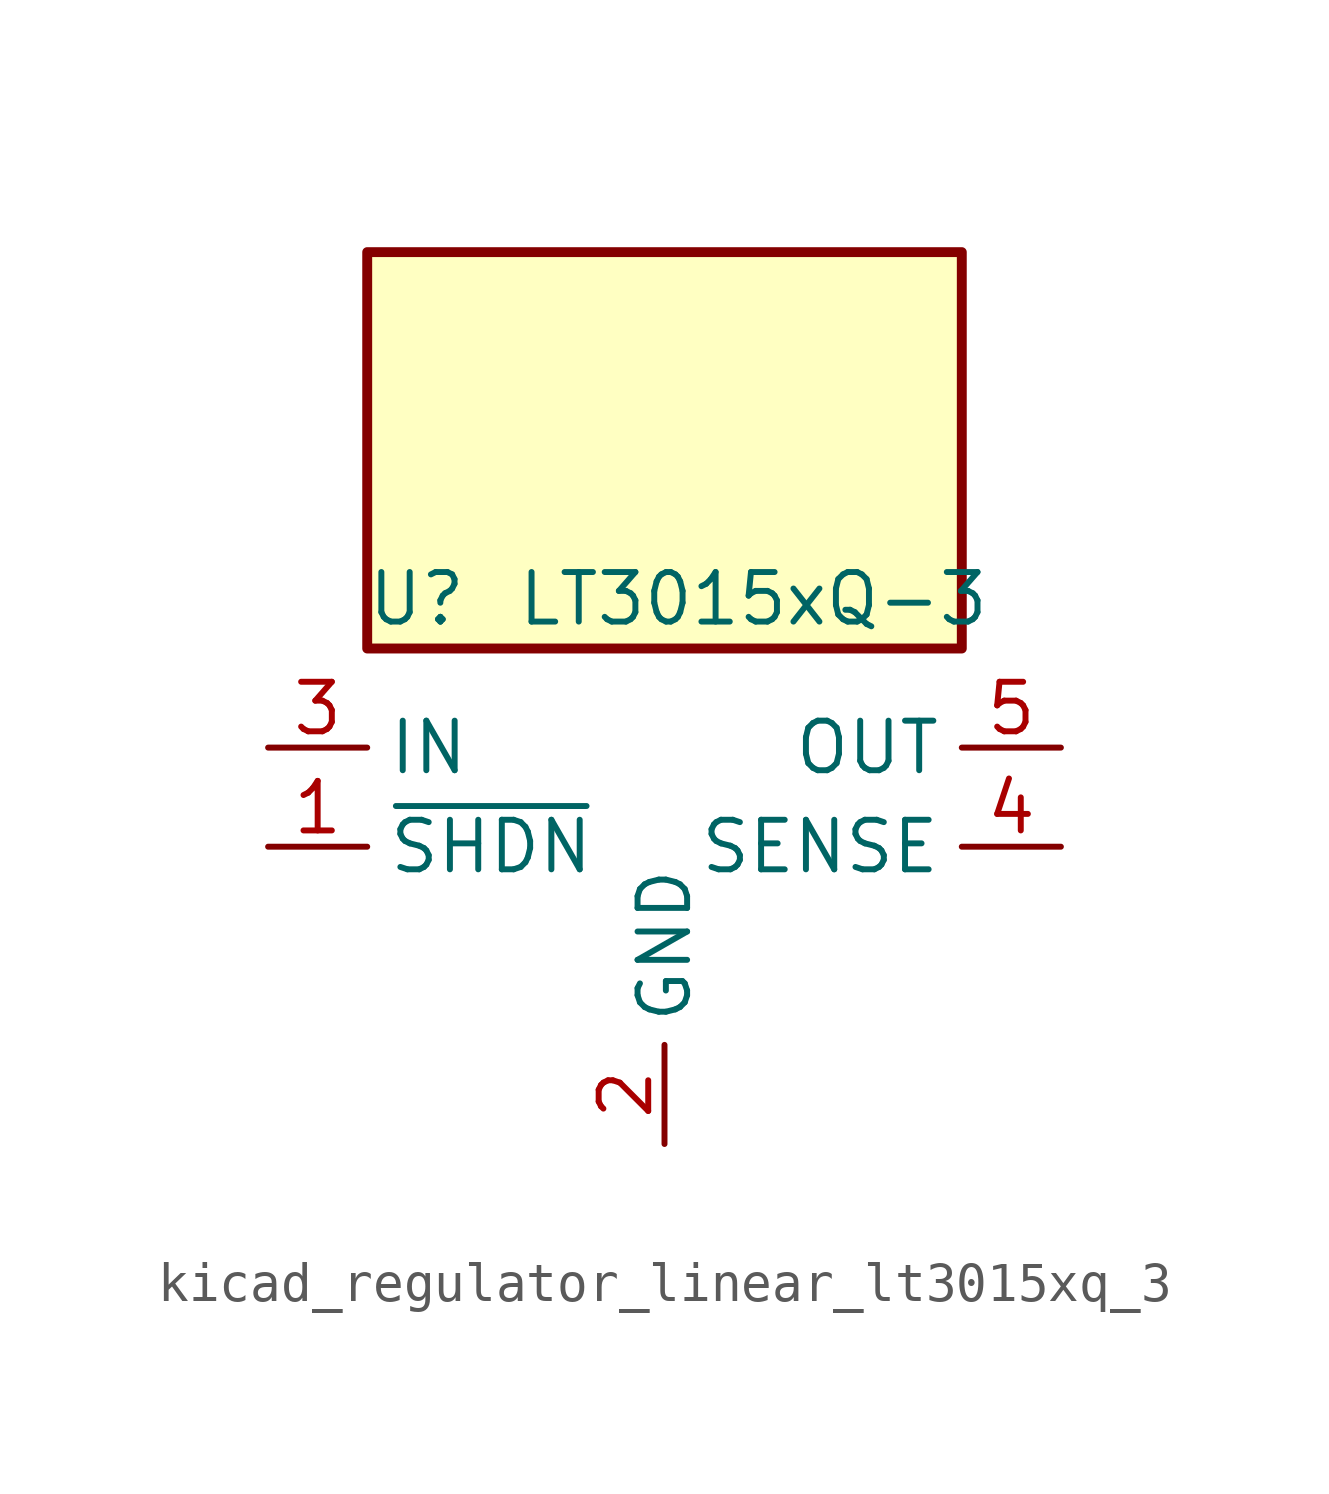
<source format=kicad_sym>
(kicad_symbol_lib
  (version 20220914)
  (generator kicad_symbol_editor)
  (symbol "kicad_regulator_linear_lt3015xq_3"
    (property "Reference" "U"
      (at -6.35 6.35 0)
      (effects (font (size 1.27 1.27))))
    (property "Value" "LT3015xQ-3"
      (at -3.81 6.35 0)
      (effects (font (size 1.27 1.27)) (justify left)))
    (symbol "kicad_regulator_linear_lt3015xq_3_0_1"
      (rectangle (start 7.62 15.24) (end -7.62 5.08) (stroke (width 0.254) (type default)) (fill (type background))))
    (symbol "kicad_regulator_linear_lt3015xq_3_1_1"
      (pin input line (at -10.16 0 0) (length 2.54) (name "~{SHDN}" (effects (font (size 1.27 1.27)))) (number "1" (effects (font (size 1.27 1.27)))))
      (pin power_in line (at 0 -7.62 90) (length 2.54) (name "GND" (effects (font (size 1.27 1.27)))) (number "2" (effects (font (size 1.27 1.27)))))
      (pin power_in line (at -10.16 2.54 0) (length 2.54) (name "IN" (effects (font (size 1.27 1.27)))) (number "3" (effects (font (size 1.27 1.27)))))
      (pin input line (at 10.16 0 180) (length 2.54) (name "SENSE" (effects (font (size 1.27 1.27)))) (number "4" (effects (font (size 1.27 1.27)))))
      (pin power_out line (at 10.16 2.54 180) (length 2.54) (name "OUT" (effects (font (size 1.27 1.27)))) (number "5" (effects (font (size 1.27 1.27))))))))
</source>
